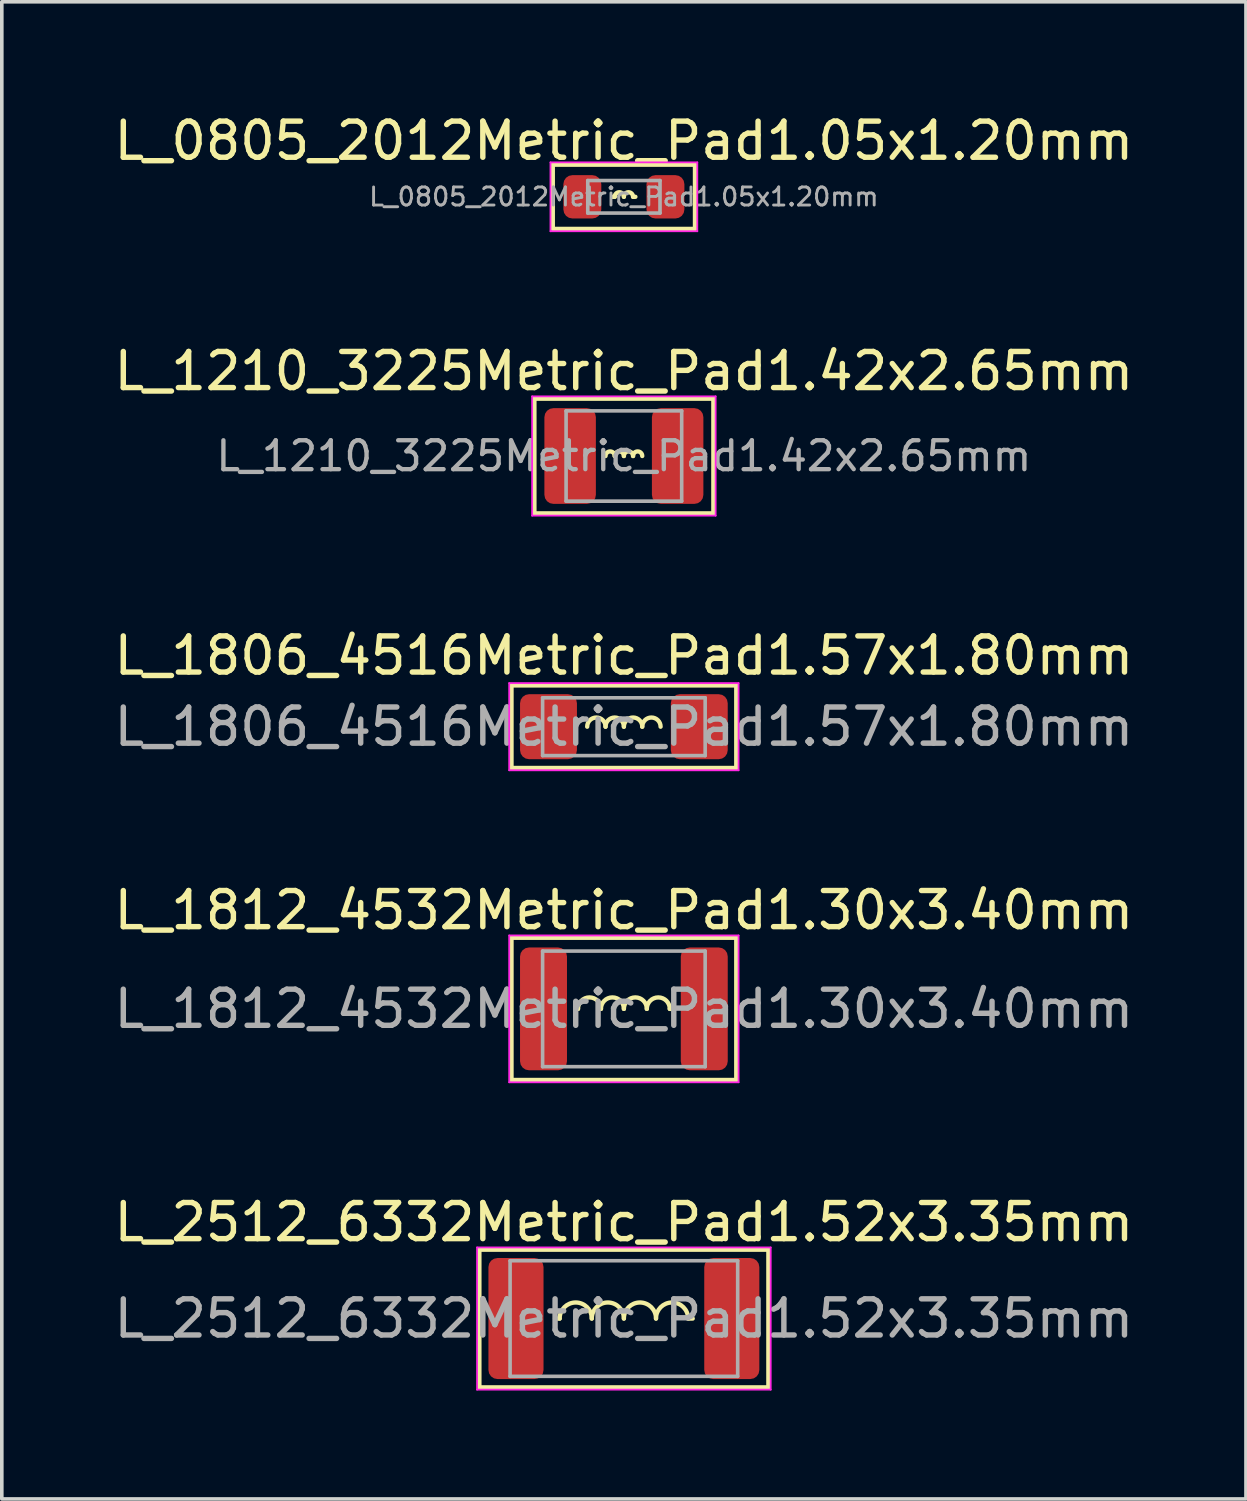
<source format=kicad_pcb>
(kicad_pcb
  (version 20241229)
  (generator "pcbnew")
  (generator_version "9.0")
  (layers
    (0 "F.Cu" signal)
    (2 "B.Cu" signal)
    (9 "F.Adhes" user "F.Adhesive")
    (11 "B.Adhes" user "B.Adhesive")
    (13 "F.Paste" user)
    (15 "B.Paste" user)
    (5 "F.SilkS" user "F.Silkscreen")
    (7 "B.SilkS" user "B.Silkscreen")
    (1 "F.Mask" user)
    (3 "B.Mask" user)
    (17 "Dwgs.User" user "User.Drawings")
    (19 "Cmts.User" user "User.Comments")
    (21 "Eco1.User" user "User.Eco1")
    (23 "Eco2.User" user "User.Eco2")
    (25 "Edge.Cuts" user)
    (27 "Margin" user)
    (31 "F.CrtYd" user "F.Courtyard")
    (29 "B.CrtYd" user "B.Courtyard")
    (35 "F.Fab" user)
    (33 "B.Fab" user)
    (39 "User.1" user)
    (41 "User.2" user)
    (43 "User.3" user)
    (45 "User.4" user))
  (footprint "L_0805_2012Metric_Pad1.05x1.20mm"
    (layer "F.Cu")
    (at 14.22 2.398)
    (property "Reference" "L_0805_2012Metric_Pad1.05x1.20mm" (at 0 -1.55 0) (layer "F.SilkS") (effects (font (size 1 1) (thickness 0.15))))
    (attr smd)
    (fp_line (start -1.968 -0.889) (end 1.968 -0.889) (stroke (width 0.12) (type solid)) (layer "F.SilkS"))
    (fp_line (start -1.968 0.889) (end -1.968 -0.889) (stroke (width 0.12) (type solid)) (layer "F.SilkS"))
    (fp_line (start -0.254 0) (end -0.318 0) (stroke (width 0.12) (type solid)) (layer "F.SilkS"))
    (fp_line (start 0.254 0) (end 0.318 0) (stroke (width 0.12) (type solid)) (layer "F.SilkS"))
    (fp_line (start 1.968 -0.889) (end 1.968 0.889) (stroke (width 0.12) (type solid)) (layer "F.SilkS"))
    (fp_line (start 1.968 0.889) (end -1.968 0.889) (stroke (width 0.12) (type solid)) (layer "F.SilkS"))
    (fp_arc (start -0.254 0) (mid -0.127 -0.127) (end 0 0) (stroke (width 0.12) (type solid)) (layer "F.SilkS"))
    (fp_arc (start 0 0) (mid 0.127 -0.127) (end 0.254 0) (stroke (width 0.12) (type solid)) (layer "F.SilkS"))
    (fp_line (start -2.032 -0.953) (end 2.032 -0.953) (stroke (width 0.05) (type solid)) (layer "F.CrtYd"))
    (fp_line (start -2.032 0.953) (end -2.032 -0.953) (stroke (width 0.05) (type solid)) (layer "F.CrtYd"))
    (fp_line (start 2.032 -0.953) (end 2.032 0.953) (stroke (width 0.05) (type solid)) (layer "F.CrtYd"))
    (fp_line (start 2.032 0.953) (end -2.032 0.953) (stroke (width 0.05) (type solid)) (layer "F.CrtYd"))
    (fp_line (start -1 -0.45) (end 1 -0.45) (stroke (width 0.1) (type solid)) (layer "F.Fab"))
    (fp_line (start -1 0.45) (end -1 -0.45) (stroke (width 0.1) (type solid)) (layer "F.Fab"))
    (fp_line (start 1 -0.45) (end 1 0.45) (stroke (width 0.1) (type solid)) (layer "F.Fab"))
    (fp_line (start 1 0.45) (end -1 0.45) (stroke (width 0.1) (type solid)) (layer "F.Fab"))
    (fp_text user "${REFERENCE}" (at 0 0 0) (layer "F.Fab") (effects (font (size 0.5 0.5) (thickness 0.08))))
    (pad "1" smd roundrect (at -1.15 0) (size 1.05 1.2) (layers "F.Cu" "F.Mask" "F.Paste") (roundrect_rratio 0.238))
    (pad "2" smd roundrect (at 1.15 0) (size 1.05 1.2) (layers "F.Cu" "F.Mask" "F.Paste") (roundrect_rratio 0.238)))
  (footprint "L_2512_6332Metric_Pad1.52x3.35mm"
    (layer "F.Cu")
    (at 14.22 33.449)
    (property "Reference" "L_2512_6332Metric_Pad1.52x3.35mm" (at 0 -2.667 0) (layer "F.SilkS") (effects (font (size 1 1) (thickness 0.15))))
    (attr smd)
    (fp_line (start -4 -1.905) (end 4 -1.905) (stroke (width 0.12) (type solid)) (layer "F.SilkS"))
    (fp_line (start -4 1.905) (end -4 -1.905) (stroke (width 0.12) (type solid)) (layer "F.SilkS"))
    (fp_line (start -1.905 0) (end -1.778 0) (stroke (width 0.12) (type solid)) (layer "F.SilkS"))
    (fp_line (start 1.778 0) (end 1.905 0) (stroke (width 0.12) (type solid)) (layer "F.SilkS"))
    (fp_line (start 4 -1.905) (end 4 1.905) (stroke (width 0.12) (type solid)) (layer "F.SilkS"))
    (fp_line (start 4 1.905) (end -4 1.905) (stroke (width 0.12) (type solid)) (layer "F.SilkS"))
    (fp_arc (start -1.778 0) (mid -1.3335 -0.4445) (end -0.889 0) (stroke (width 0.12) (type solid)) (layer "F.SilkS"))
    (fp_arc (start -0.889 0) (mid -0.4445 -0.4445) (end 0 0) (stroke (width 0.12) (type solid)) (layer "F.SilkS"))
    (fp_arc (start 0 0) (mid 0.4445 -0.4445) (end 0.889 0) (stroke (width 0.12) (type solid)) (layer "F.SilkS"))
    (fp_arc (start 0.889 0) (mid 1.3335 -0.4445) (end 1.778 0) (stroke (width 0.12) (type solid)) (layer "F.SilkS"))
    (fp_line (start -4.064 -1.968) (end 4.064 -1.968) (stroke (width 0.05) (type solid)) (layer "F.CrtYd"))
    (fp_line (start -4.064 1.968) (end -4.064 -1.968) (stroke (width 0.05) (type solid)) (layer "F.CrtYd"))
    (fp_line (start 4.064 -1.968) (end 4.064 1.968) (stroke (width 0.05) (type solid)) (layer "F.CrtYd"))
    (fp_line (start 4.064 1.968) (end -4.064 1.968) (stroke (width 0.05) (type solid)) (layer "F.CrtYd"))
    (fp_line (start -3.15 -1.6) (end 3.15 -1.6) (stroke (width 0.1) (type solid)) (layer "F.Fab"))
    (fp_line (start -3.15 1.6) (end -3.15 -1.6) (stroke (width 0.1) (type solid)) (layer "F.Fab"))
    (fp_line (start 3.15 -1.6) (end 3.15 1.6) (stroke (width 0.1) (type solid)) (layer "F.Fab"))
    (fp_line (start 3.15 1.6) (end -3.15 1.6) (stroke (width 0.1) (type solid)) (layer "F.Fab"))
    (fp_text user "${REFERENCE}" (at 0 0 0) (layer "F.Fab") (effects (font (size 1 1) (thickness 0.15))))
    (pad "1" smd roundrect (at -2.987 0) (size 1.525 3.35) (layers "F.Cu" "F.Mask" "F.Paste") (roundrect_rratio 0.164))
    (pad "2" smd roundrect (at 2.987 0) (size 1.525 3.35) (layers "F.Cu" "F.Mask" "F.Paste") (roundrect_rratio 0.164)))
  (footprint "L_1812_4532Metric_Pad1.30x3.40mm"
    (layer "F.Cu")
    (at 14.22 24.877)
    (property "Reference" "L_1812_4532Metric_Pad1.30x3.40mm" (at 0 -2.731 0) (layer "F.SilkS") (effects (font (size 1 1) (thickness 0.15))))
    (attr smd)
    (fp_line (start -3.111 -1.968) (end 3.111 -1.968) (stroke (width 0.12) (type solid)) (layer "F.SilkS"))
    (fp_line (start -3.111 1.968) (end -3.111 -1.968) (stroke (width 0.12) (type solid)) (layer "F.SilkS"))
    (fp_line (start -1.333 0) (end -1.27 0) (stroke (width 0.12) (type solid)) (layer "F.SilkS"))
    (fp_line (start 1.333 0) (end 1.27 0) (stroke (width 0.12) (type solid)) (layer "F.SilkS"))
    (fp_line (start 3.111 -1.968) (end 3.111 1.968) (stroke (width 0.12) (type solid)) (layer "F.SilkS"))
    (fp_line (start 3.111 1.968) (end -3.111 1.968) (stroke (width 0.12) (type solid)) (layer "F.SilkS"))
    (fp_arc (start -1.27 0) (mid -0.9525 -0.3175) (end -0.635 0) (stroke (width 0.12) (type solid)) (layer "F.SilkS"))
    (fp_arc (start -0.635 0) (mid -0.3175 -0.3175) (end 0 0) (stroke (width 0.12) (type solid)) (layer "F.SilkS"))
    (fp_arc (start 0 0) (mid 0.3175 -0.3175) (end 0.635 0) (stroke (width 0.12) (type solid)) (layer "F.SilkS"))
    (fp_arc (start 0.635 0) (mid 0.9525 -0.3175) (end 1.27 0) (stroke (width 0.12) (type solid)) (layer "F.SilkS"))
    (fp_line (start -3.175 -2.032) (end 3.175 -2.032) (stroke (width 0.05) (type solid)) (layer "F.CrtYd"))
    (fp_line (start -3.175 2.032) (end -3.175 -2.032) (stroke (width 0.05) (type solid)) (layer "F.CrtYd"))
    (fp_line (start 3.175 -2.032) (end 3.175 2.032) (stroke (width 0.05) (type solid)) (layer "F.CrtYd"))
    (fp_line (start 3.175 2.032) (end -3.175 2.032) (stroke (width 0.05) (type solid)) (layer "F.CrtYd"))
    (fp_line (start -2.25 -1.6) (end 2.25 -1.6) (stroke (width 0.1) (type solid)) (layer "F.Fab"))
    (fp_line (start -2.25 1.6) (end -2.25 -1.6) (stroke (width 0.1) (type solid)) (layer "F.Fab"))
    (fp_line (start 2.25 -1.6) (end 2.25 1.6) (stroke (width 0.1) (type solid)) (layer "F.Fab"))
    (fp_line (start 2.25 1.6) (end -2.25 1.6) (stroke (width 0.1) (type solid)) (layer "F.Fab"))
    (fp_text user "${REFERENCE}" (at 0 0 0) (layer "F.Fab") (effects (font (size 1 1) (thickness 0.15))))
    (pad "1" smd roundrect (at -2.225 0) (size 1.3 3.4) (layers "F.Cu" "F.Mask" "F.Paste") (roundrect_rratio 0.192))
    (pad "2" smd roundrect (at 2.225 0) (size 1.3 3.4) (layers "F.Cu" "F.Mask" "F.Paste") (roundrect_rratio 0.192)))
  (footprint "L_1210_3225Metric_Pad1.42x2.65mm"
    (layer "F.Cu")
    (at 14.22 9.573)
    (property "Reference" "L_1210_3225Metric_Pad1.42x2.65mm" (at 0 -2.349 0) (layer "F.SilkS") (effects (font (size 1 1) (thickness 0.15))))
    (attr smd)
    (fp_line (start -2.477 -1.587) (end 2.477 -1.587) (stroke (width 0.12) (type solid)) (layer "F.SilkS"))
    (fp_line (start -2.477 1.587) (end -2.477 -1.587) (stroke (width 0.12) (type solid)) (layer "F.SilkS"))
    (fp_line (start 2.477 -1.587) (end 2.477 1.587) (stroke (width 0.12) (type solid)) (layer "F.SilkS"))
    (fp_line (start 2.477 1.587) (end -2.477 1.587) (stroke (width 0.12) (type solid)) (layer "F.SilkS"))
    (fp_arc (start -0.508 0) (mid -0.381 -0.127) (end -0.254 0) (stroke (width 0.12) (type solid)) (layer "F.SilkS"))
    (fp_arc (start -0.254 0) (mid -0.127 -0.127) (end 0 0) (stroke (width 0.12) (type solid)) (layer "F.SilkS"))
    (fp_arc (start 0 0) (mid 0.127 -0.127) (end 0.254 0) (stroke (width 0.12) (type solid)) (layer "F.SilkS"))
    (fp_arc (start 0.254 0) (mid 0.381 -0.127) (end 0.508 0) (stroke (width 0.12) (type solid)) (layer "F.SilkS"))
    (fp_line (start -2.54 -1.651) (end 2.54 -1.651) (stroke (width 0.05) (type solid)) (layer "F.CrtYd"))
    (fp_line (start -2.54 1.651) (end -2.54 -1.651) (stroke (width 0.05) (type solid)) (layer "F.CrtYd"))
    (fp_line (start 2.54 -1.651) (end 2.54 1.651) (stroke (width 0.05) (type solid)) (layer "F.CrtYd"))
    (fp_line (start 2.54 1.651) (end -2.54 1.651) (stroke (width 0.05) (type solid)) (layer "F.CrtYd"))
    (fp_line (start -1.6 -1.25) (end 1.6 -1.25) (stroke (width 0.1) (type solid)) (layer "F.Fab"))
    (fp_line (start -1.6 1.25) (end -1.6 -1.25) (stroke (width 0.1) (type solid)) (layer "F.Fab"))
    (fp_line (start 1.6 -1.25) (end 1.6 1.25) (stroke (width 0.1) (type solid)) (layer "F.Fab"))
    (fp_line (start 1.6 1.25) (end -1.6 1.25) (stroke (width 0.1) (type solid)) (layer "F.Fab"))
    (fp_text user "${REFERENCE}" (at 0 0 0) (layer "F.Fab") (effects (font (size 0.8 0.8) (thickness 0.12))))
    (pad "1" smd roundrect (at -1.488 0) (size 1.425 2.65) (layers "F.Cu" "F.Mask" "F.Paste") (roundrect_rratio 0.175))
    (pad "2" smd roundrect (at 1.488 0) (size 1.425 2.65) (layers "F.Cu" "F.Mask" "F.Paste") (roundrect_rratio 0.175)))
  (footprint "L_1806_4516Metric_Pad1.57x1.80mm"
    (layer "F.Cu")
    (at 14.22 17.066)
    (property "Reference" "L_1806_4516Metric_Pad1.57x1.80mm" (at 0 -1.968 0) (layer "F.SilkS") (effects (font (size 1 1) (thickness 0.15))))
    (attr smd)
    (fp_line (start -3.111 -1.143) (end 3.111 -1.143) (stroke (width 0.12) (type solid)) (layer "F.SilkS"))
    (fp_line (start -3.111 1.143) (end -3.111 -1.143) (stroke (width 0.12) (type solid)) (layer "F.SilkS"))
    (fp_line (start 3.111 -1.143) (end 3.111 1.143) (stroke (width 0.12) (type solid)) (layer "F.SilkS"))
    (fp_line (start 3.111 1.143) (end -3.111 1.143) (stroke (width 0.12) (type solid)) (layer "F.SilkS"))
    (fp_arc (start -1.016 0) (mid -0.762 -0.254) (end -0.508 0) (stroke (width 0.12) (type solid)) (layer "F.SilkS"))
    (fp_arc (start -0.508 0) (mid -0.254 -0.254) (end 0 0) (stroke (width 0.12) (type solid)) (layer "F.SilkS"))
    (fp_arc (start 0 0) (mid 0.254 -0.254) (end 0.508 0) (stroke (width 0.12) (type solid)) (layer "F.SilkS"))
    (fp_arc (start 0.508 0) (mid 0.762 -0.254) (end 1.016 0) (stroke (width 0.12) (type solid)) (layer "F.SilkS"))
    (fp_line (start -3.175 -1.206) (end 3.175 -1.206) (stroke (width 0.05) (type solid)) (layer "F.CrtYd"))
    (fp_line (start -3.175 1.206) (end -3.175 -1.206) (stroke (width 0.05) (type solid)) (layer "F.CrtYd"))
    (fp_line (start 3.175 -1.206) (end 3.175 1.206) (stroke (width 0.05) (type solid)) (layer "F.CrtYd"))
    (fp_line (start 3.175 1.206) (end -3.175 1.206) (stroke (width 0.05) (type solid)) (layer "F.CrtYd"))
    (fp_line (start -2.25 -0.8) (end 2.25 -0.8) (stroke (width 0.1) (type solid)) (layer "F.Fab"))
    (fp_line (start -2.25 0.8) (end -2.25 -0.8) (stroke (width 0.1) (type solid)) (layer "F.Fab"))
    (fp_line (start 2.25 -0.8) (end 2.25 0.8) (stroke (width 0.1) (type solid)) (layer "F.Fab"))
    (fp_line (start 2.25 0.8) (end -2.25 0.8) (stroke (width 0.1) (type solid)) (layer "F.Fab"))
    (fp_text user "${REFERENCE}" (at 0 0 0) (layer "F.Fab") (effects (font (size 1 1) (thickness 0.15))))
    (pad "1" smd roundrect (at -2.087 0) (size 1.575 1.8) (layers "F.Cu" "F.Mask" "F.Paste") (roundrect_rratio 0.159))
    (pad "2" smd roundrect (at 2.087 0) (size 1.575 1.8) (layers "F.Cu" "F.Mask" "F.Paste") (roundrect_rratio 0.159)))
  (gr_rect
    (start -3 -3)
    (end 31.44 38.442)
    (stroke (width 0.1) (type default))
    (fill no)
    (layer "Edge.Cuts")))
</source>
